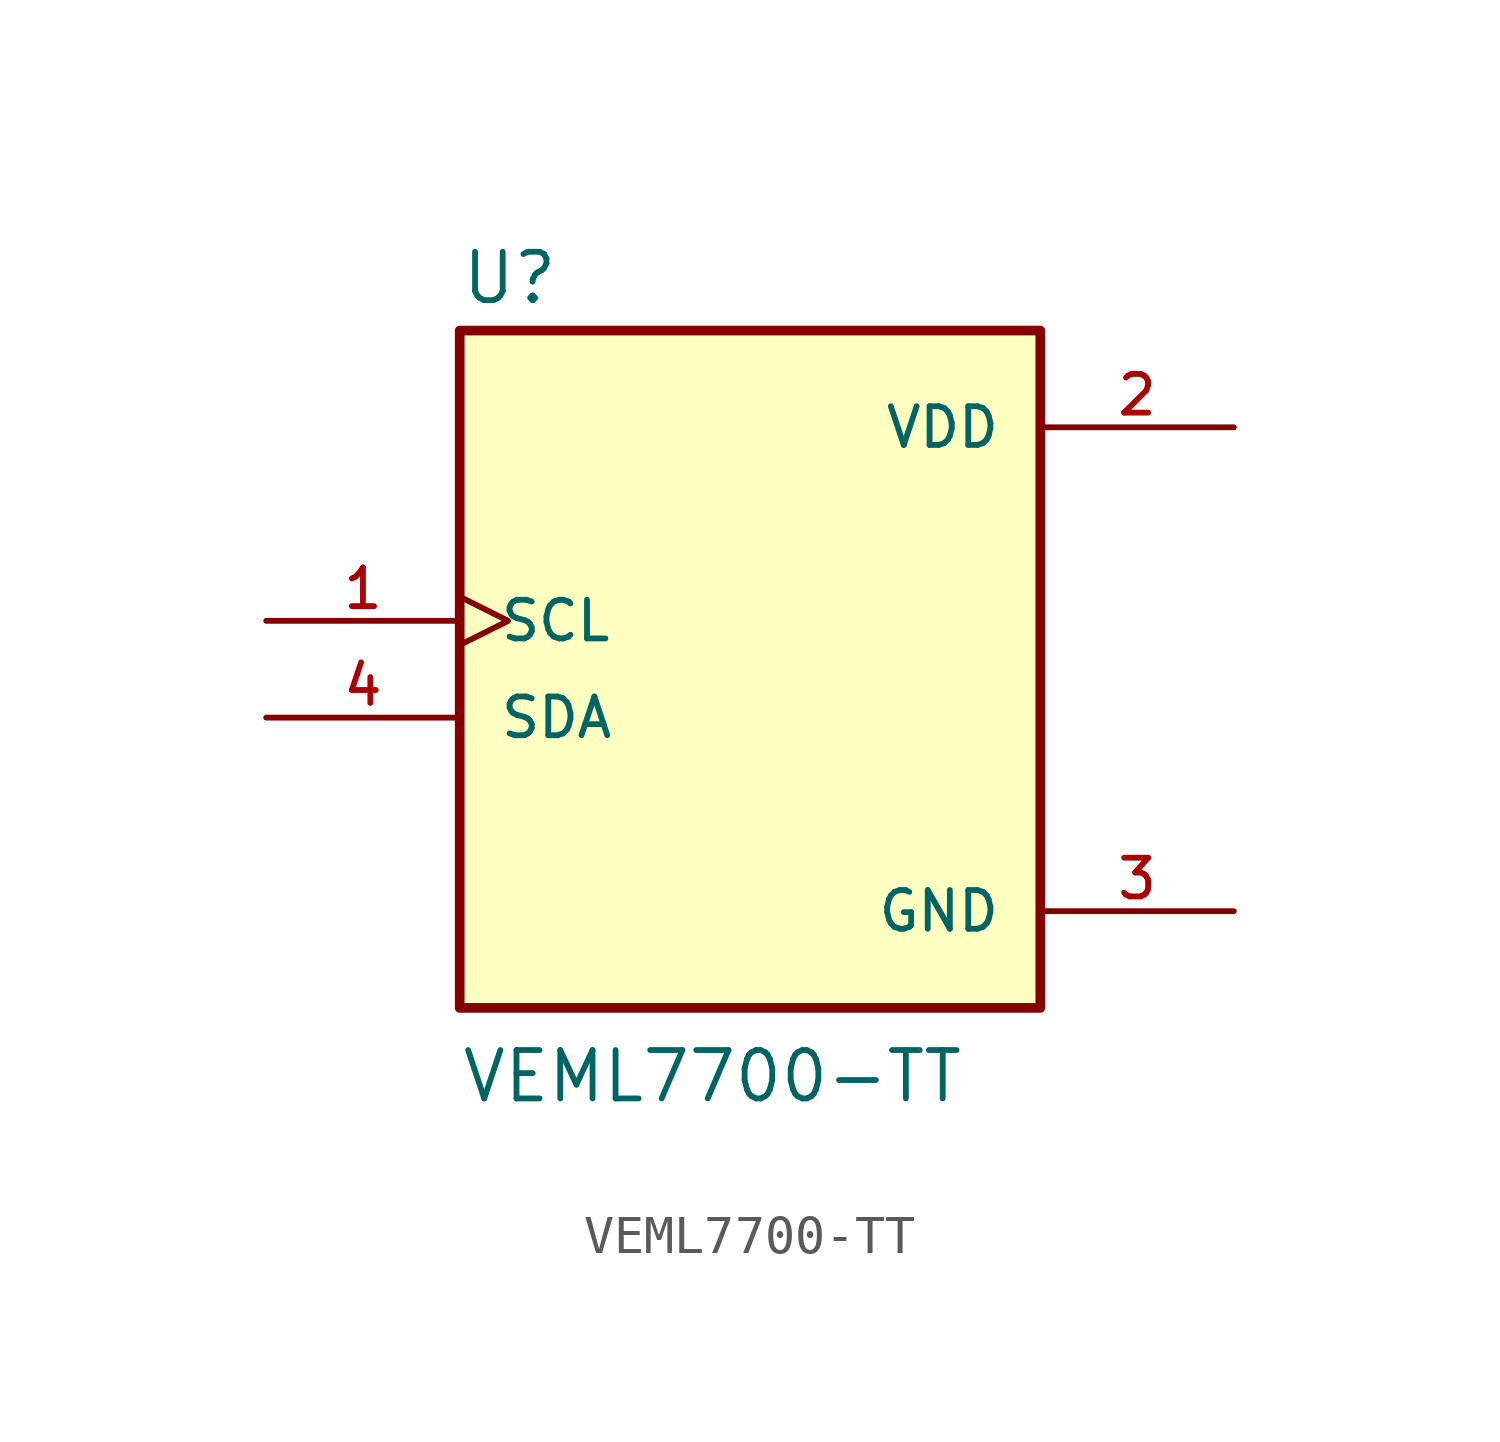
<source format=kicad_sym>
(kicad_symbol_lib
  (version 20211014)
  (generator kicad_symbol_editor)
  (symbol "VEML7700-TT"
    (pin_names
      (offset 1.016))
    (property "Reference" "U"
      (at -7.62 9.525 0)
      (effects (font (size 1.27 1.27)) (justify left bottom)))
    (property "Value" "VEML7700-TT"
      (at -7.62 -11.43 0)
      (effects (font (size 1.27 1.27)) (justify left bottom)))
    (symbol "VEML7700-TT_0_0"
      (rectangle (start -7.62 -8.89) (end 7.62 8.89) (stroke (width 0.254) (type default) (color 0 0 0 0)) (fill (type background)))
      (pin input clock (at -12.7 1.27 0) (length 5.08) (name "SCL" (effects (font (size 1.016 1.016)))) (number "1" (effects (font (size 1.016 1.016)))))
      (pin power_in line (at 12.7 6.35 180) (length 5.08) (name "VDD" (effects (font (size 1.016 1.016)))) (number "2" (effects (font (size 1.016 1.016)))))
      (pin power_in line (at 12.7 -6.35 180) (length 5.08) (name "GND" (effects (font (size 1.016 1.016)))) (number "3" (effects (font (size 1.016 1.016)))))
      (pin bidirectional line (at -12.7 -1.27 0) (length 5.08) (name "SDA" (effects (font (size 1.016 1.016)))) (number "4" (effects (font (size 1.016 1.016))))))))
</source>
